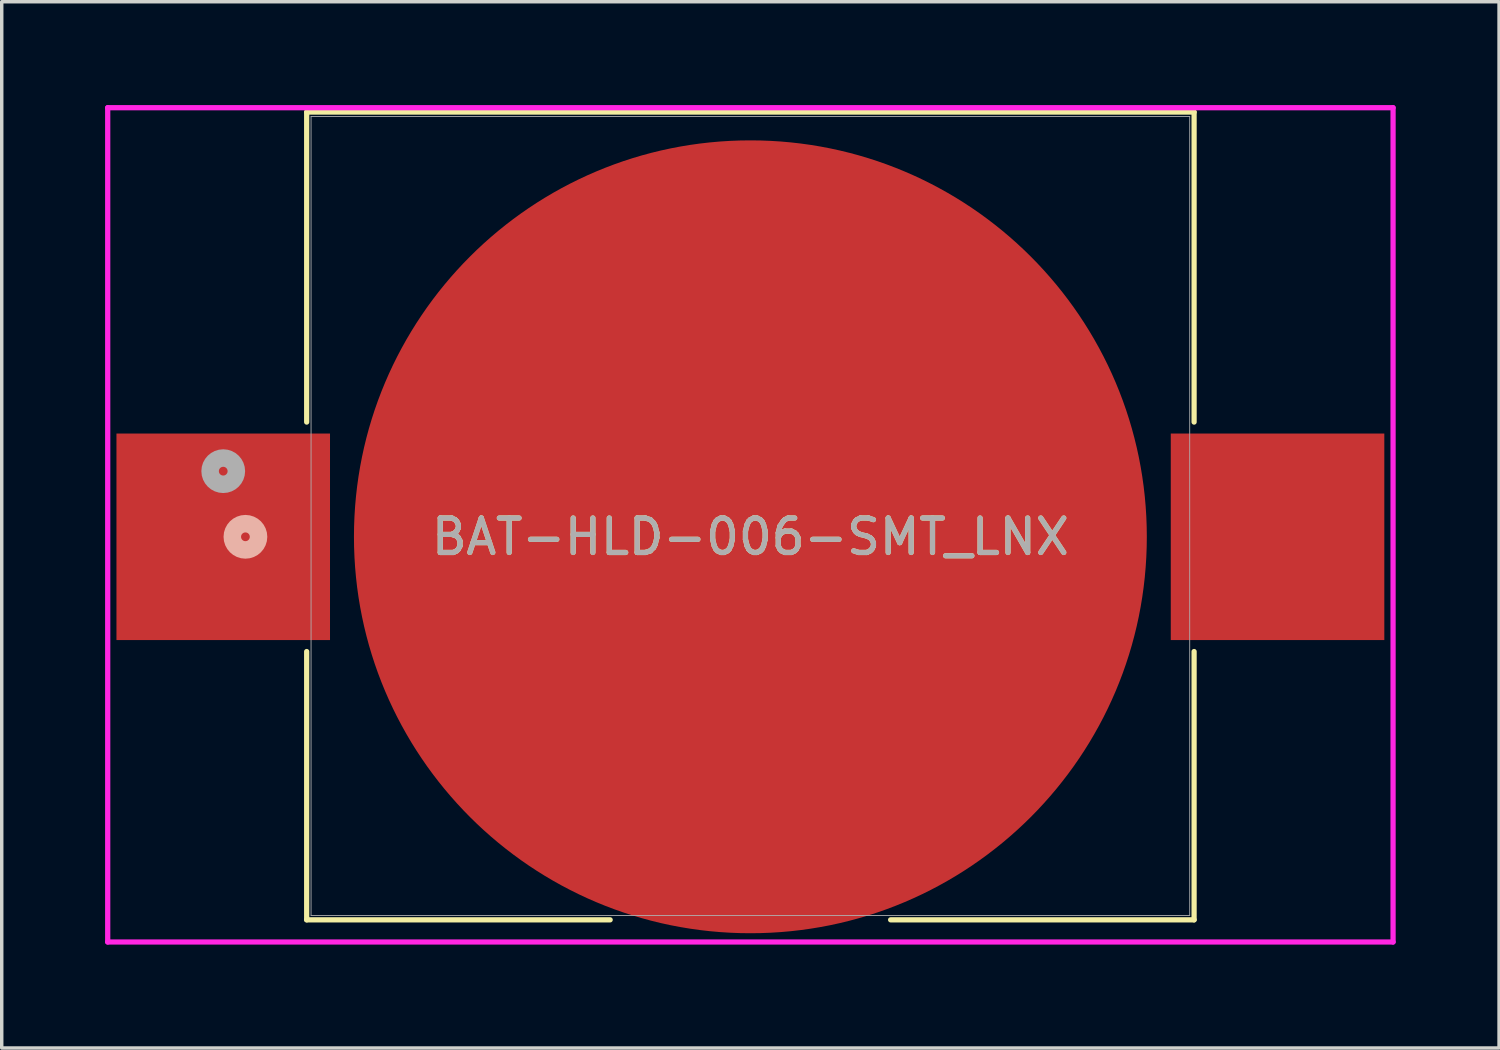
<source format=kicad_pcb>
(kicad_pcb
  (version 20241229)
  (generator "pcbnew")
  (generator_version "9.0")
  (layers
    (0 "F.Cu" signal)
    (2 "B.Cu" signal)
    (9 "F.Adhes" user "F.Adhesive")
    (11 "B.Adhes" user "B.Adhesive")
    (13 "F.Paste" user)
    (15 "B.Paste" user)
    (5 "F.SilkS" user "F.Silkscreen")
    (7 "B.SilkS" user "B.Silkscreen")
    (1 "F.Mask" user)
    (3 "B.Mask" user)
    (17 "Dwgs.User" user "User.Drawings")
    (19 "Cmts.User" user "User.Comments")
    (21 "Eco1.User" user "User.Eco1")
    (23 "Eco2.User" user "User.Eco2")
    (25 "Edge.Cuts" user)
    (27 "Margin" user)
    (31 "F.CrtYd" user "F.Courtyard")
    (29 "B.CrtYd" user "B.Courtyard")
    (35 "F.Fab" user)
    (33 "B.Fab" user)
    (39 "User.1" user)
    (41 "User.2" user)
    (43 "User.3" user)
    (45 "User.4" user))
  (footprint "BAT-HLD-006-SMT_LNX"
    (layer "F.Cu")
    (at 18.729 11.925)
    (property "Reference" "BAT-HLD-006-SMT_LNX" (at 0 0.605 0) (unlocked yes) (layer "F.SilkS") (effects (font (size 1 1) (thickness 0.15))))
    (attr smd)
    (fp_line (start -12.878 -11.722) (end -12.878 -2.725) (stroke (width 0.152) (type solid)) (layer "F.SilkS"))
    (fp_line (start -12.878 3.935) (end -12.878 11.722) (stroke (width 0.152) (type solid)) (layer "F.SilkS"))
    (fp_line (start -12.878 11.722) (end -4.07 11.722) (stroke (width 0.152) (type solid)) (layer "F.SilkS"))
    (fp_line (start 4.07 11.722) (end 12.878 11.722) (stroke (width 0.152) (type solid)) (layer "F.SilkS"))
    (fp_line (start 12.878 -11.722) (end -12.878 -11.722) (stroke (width 0.152) (type solid)) (layer "F.SilkS"))
    (fp_line (start 12.878 -2.725) (end 12.878 -11.722) (stroke (width 0.152) (type solid)) (layer "F.SilkS"))
    (fp_line (start 12.878 11.722) (end 12.878 3.935) (stroke (width 0.152) (type solid)) (layer "F.SilkS"))
    (fp_circle (center -14.656 0.605) (end -14.275 0.605) (stroke (width 0.508) (type solid)) (fill no) (layer "B.SilkS"))
    (fp_line (start -18.653 -11.849) (end -18.653 12.365) (stroke (width 0.152) (type solid)) (layer "F.CrtYd"))
    (fp_line (start -18.653 12.365) (end 18.653 12.365) (stroke (width 0.152) (type solid)) (layer "F.CrtYd"))
    (fp_line (start 18.653 -11.849) (end -18.653 -11.849) (stroke (width 0.152) (type solid)) (layer "F.CrtYd"))
    (fp_line (start 18.653 12.365) (end 18.653 -11.849) (stroke (width 0.152) (type solid)) (layer "F.CrtYd"))
    (fp_line (start -12.751 -11.595) (end -12.751 11.595) (stroke (width 0.025) (type solid)) (layer "F.Fab"))
    (fp_line (start -12.751 11.595) (end 12.751 11.595) (stroke (width 0.025) (type solid)) (layer "F.Fab"))
    (fp_line (start 12.751 -11.595) (end -12.751 -11.595) (stroke (width 0.025) (type solid)) (layer "F.Fab"))
    (fp_line (start 12.751 11.595) (end 12.751 -11.595) (stroke (width 0.025) (type solid)) (layer "F.Fab"))
    (fp_circle (center -15.3 -1.3) (end -14.919 -1.3) (stroke (width 0.508) (type solid)) (fill no) (layer "F.Fab"))
    (fp_text user "${REFERENCE}" (at 0 0.605 0) (unlocked yes) (layer "F.Fab") (effects (font (size 1 1) (thickness 0.15))))
    (pad "1" smd rect (at -15.3 0.605) (size 6.198 5.994) (layers "F.Cu" "F.Mask" "F.Paste"))
    (pad "2" smd rect (at 15.3 0.605) (size 6.198 5.994) (layers "F.Cu" "F.Mask" "F.Paste"))
    (pad "3" smd circle (at 0 0.605) (size 23.012 23.012) (layers "F.Cu" "F.Mask" "F.Paste")))
  (gr_rect
    (start -3 -3)
    (end 40.458 27.367)
    (stroke (width 0.1) (type default))
    (fill no)
    (layer "Edge.Cuts")))
</source>
